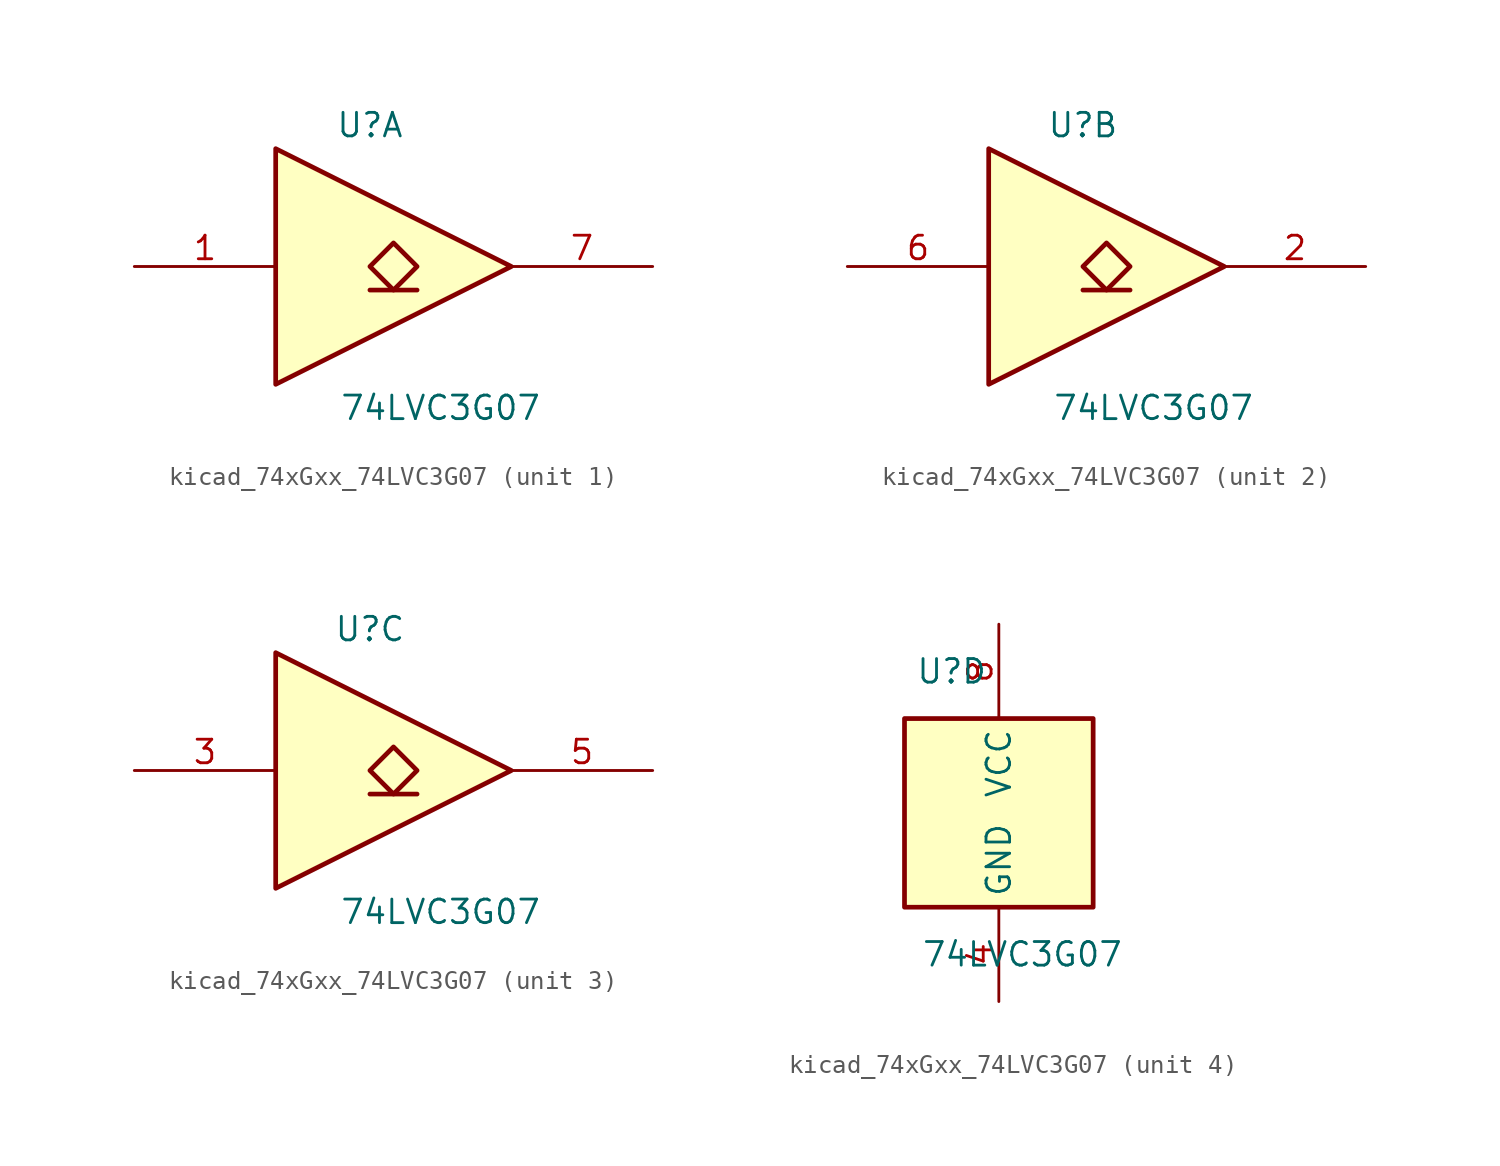
<source format=kicad_sym>
(kicad_symbol_lib
  (version 20220914)
  (generator kicad_symbol_editor)
  (symbol "kicad_74xGxx_74LVC3G07"
    (property "Reference" "U"
      (at -2.54 7.62 0)
      (effects (font (size 1.27 1.27))))
    (property "Value" "74LVC3G07"
      (at 1.27 -7.62 0)
      (effects (font (size 1.27 1.27))))
    (symbol "kicad_74xGxx_74LVC3G07_1_1"
      (polyline (pts (xy -2.54 -1.27) (xy 0 -1.27)) (stroke (width 0.254) (type default)) (fill (type background)))
      (polyline (pts (xy -7.62 6.35) (xy -7.62 -6.35) (xy 5.08 0) (xy -7.62 6.35)) (stroke (width 0.254) (type default)) (fill (type background)))
      (polyline (pts (xy -1.27 1.27) (xy -2.54 0) (xy -1.27 -1.27) (xy 0 0) (xy -1.27 1.27)) (stroke (width 0.254) (type default)) (fill (type background)))
      (pin input line (at -15.24 0 0) (length 7.62) (name "~" (effects (font (size 1.27 1.27)))) (number "1" (effects (font (size 1.27 1.27)))))
      (pin open_collector line (at 12.7 0 180) (length 7.62) (name "~" (effects (font (size 1.27 1.27)))) (number "7" (effects (font (size 1.27 1.27))))))
    (symbol "kicad_74xGxx_74LVC3G07_2_1"
      (polyline (pts (xy -2.54 -1.27) (xy 0 -1.27)) (stroke (width 0.254) (type default)) (fill (type background)))
      (polyline (pts (xy -7.62 6.35) (xy -7.62 -6.35) (xy 5.08 0) (xy -7.62 6.35)) (stroke (width 0.254) (type default)) (fill (type background)))
      (polyline (pts (xy -1.27 1.27) (xy -2.54 0) (xy -1.27 -1.27) (xy 0 0) (xy -1.27 1.27)) (stroke (width 0.254) (type default)) (fill (type background)))
      (pin open_collector line (at 12.7 0 180) (length 7.62) (name "~" (effects (font (size 1.27 1.27)))) (number "2" (effects (font (size 1.27 1.27)))))
      (pin input line (at -15.24 0 0) (length 7.62) (name "~" (effects (font (size 1.27 1.27)))) (number "6" (effects (font (size 1.27 1.27))))))
    (symbol "kicad_74xGxx_74LVC3G07_3_1"
      (polyline (pts (xy -2.54 -1.27) (xy 0 -1.27)) (stroke (width 0.254) (type default)) (fill (type background)))
      (polyline (pts (xy -7.62 6.35) (xy -7.62 -6.35) (xy 5.08 0) (xy -7.62 6.35)) (stroke (width 0.254) (type default)) (fill (type background)))
      (polyline (pts (xy -1.27 1.27) (xy -2.54 0) (xy -1.27 -1.27) (xy 0 0) (xy -1.27 1.27)) (stroke (width 0.254) (type default)) (fill (type background)))
      (pin input line (at -15.24 0 0) (length 7.62) (name "~" (effects (font (size 1.27 1.27)))) (number "3" (effects (font (size 1.27 1.27)))))
      (pin open_collector line (at 12.7 0 180) (length 7.62) (name "~" (effects (font (size 1.27 1.27)))) (number "5" (effects (font (size 1.27 1.27))))))
    (symbol "kicad_74xGxx_74LVC3G07_4_0"
      (rectangle (start -5.08 -5.08) (end 5.08 5.08) (stroke (width 0.254) (type default)) (fill (type background))))
    (symbol "kicad_74xGxx_74LVC3G07_4_1"
      (pin power_in line (at 0 -10.16 90) (length 5.08) (name "GND" (effects (font (size 1.27 1.27)))) (number "4" (effects (font (size 1.27 1.27)))))
      (pin power_in line (at 0 10.16 270) (length 5.08) (name "VCC" (effects (font (size 1.27 1.27)))) (number "8" (effects (font (size 1.27 1.27))))))))
</source>
